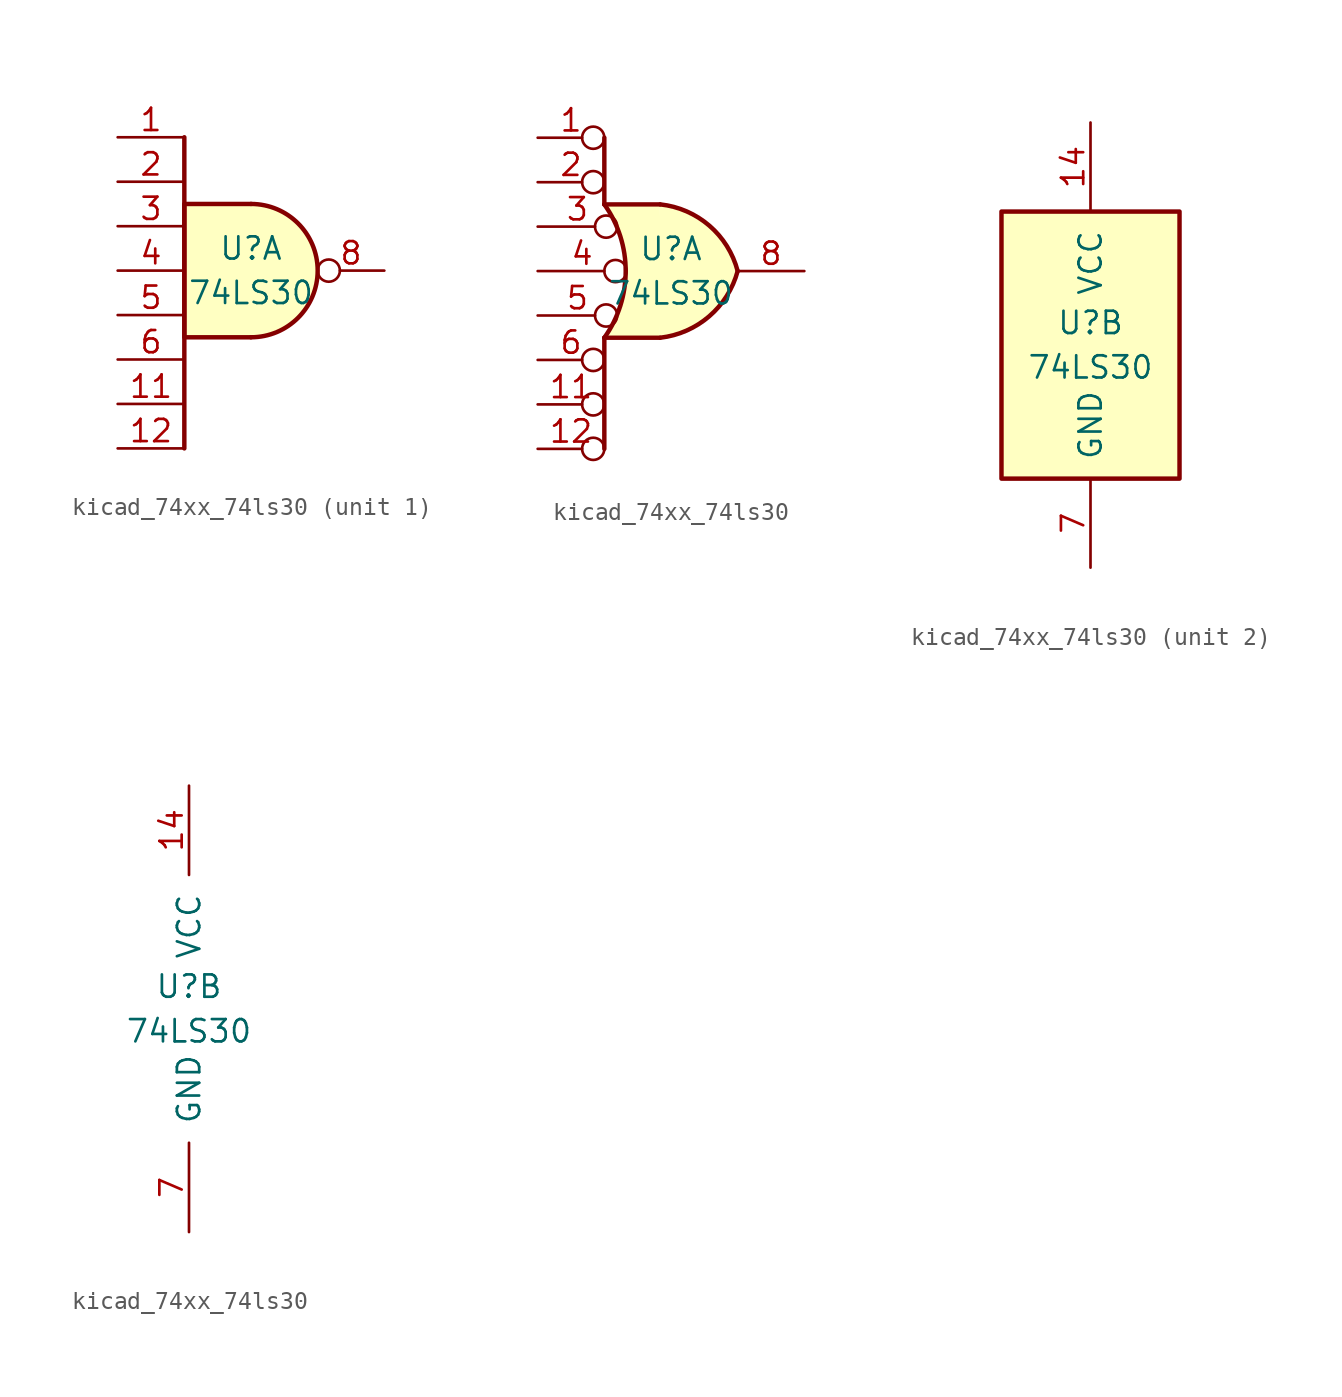
<source format=kicad_sym>
(kicad_symbol_lib
  (version 20220914)
  (generator kicad_symbol_editor)
  (symbol "kicad_74xx_74ls30"
    (pin_names
      (offset 1.016))
    (property "Reference" "U"
      (at 0 1.27 0)
      (effects (font (size 1.27 1.27))))
    (property "Value" "74LS30"
      (at 0 -1.27 0)
      (effects (font (size 1.27 1.27))))
    (property "ki_locked" ""
      (at 0 0 0)
      (effects (font (size 1.27 1.27))))
    (symbol "kicad_74xx_74ls30_1_1"
      (arc (start 0 -3.81) (mid 3.7934 0) (end 0 3.81) (stroke (width 0.254) (type default)) (fill (type background)))
      (polyline (pts (xy -3.81 7.62) (xy -3.81 -10.16)) (stroke (width 0.254) (type default)) (fill (type none)))
      (polyline (pts (xy 0 3.81) (xy -3.81 3.81) (xy -3.81 -3.81) (xy 0 -3.81)) (stroke (width 0.254) (type default)) (fill (type background)))
      (pin input line (at -7.62 7.62 0) (length 3.81) (name "~" (effects (font (size 1.27 1.27)))) (number "1" (effects (font (size 1.27 1.27)))))
      (pin input line (at -7.62 -7.62 0) (length 3.81) (name "~" (effects (font (size 1.27 1.27)))) (number "11" (effects (font (size 1.27 1.27)))))
      (pin input line (at -7.62 -10.16 0) (length 3.81) (name "~" (effects (font (size 1.27 1.27)))) (number "12" (effects (font (size 1.27 1.27)))))
      (pin input line (at -7.62 5.08 0) (length 3.81) (name "~" (effects (font (size 1.27 1.27)))) (number "2" (effects (font (size 1.27 1.27)))))
      (pin input line (at -7.62 2.54 0) (length 3.81) (name "~" (effects (font (size 1.27 1.27)))) (number "3" (effects (font (size 1.27 1.27)))))
      (pin input line (at -7.62 0 0) (length 3.81) (name "~" (effects (font (size 1.27 1.27)))) (number "4" (effects (font (size 1.27 1.27)))))
      (pin input line (at -7.62 -2.54 0) (length 3.81) (name "~" (effects (font (size 1.27 1.27)))) (number "5" (effects (font (size 1.27 1.27)))))
      (pin input line (at -7.62 -5.08 0) (length 3.81) (name "~" (effects (font (size 1.27 1.27)))) (number "6" (effects (font (size 1.27 1.27)))))
      (pin output inverted (at 7.62 0 180) (length 3.81) (name "~" (effects (font (size 1.27 1.27)))) (number "8" (effects (font (size 1.27 1.27))))))
    (symbol "kicad_74xx_74ls30_1_2"
      (arc (start -3.81 -3.81) (mid -2.589 0) (end -3.81 3.81) (stroke (width 0.254) (type default)) (fill (type none)))
      (arc (start -0.6096 -3.81) (mid 2.1842 -2.5851) (end 3.81 0) (stroke (width 0.254) (type default)) (fill (type background)))
      (polyline (pts (xy -3.81 -3.81) (xy -3.81 -10.16)) (stroke (width 0.254) (type default)) (fill (type none)))
      (polyline (pts (xy -3.81 -3.81) (xy -0.635 -3.81)) (stroke (width 0.254) (type default)) (fill (type background)))
      (polyline (pts (xy -3.81 3.81) (xy -0.635 3.81)) (stroke (width 0.254) (type default)) (fill (type background)))
      (polyline (pts (xy -3.81 7.62) (xy -3.81 3.81)) (stroke (width 0.254) (type default)) (fill (type none)))
      (polyline (pts (xy -0.635 3.81) (xy -3.81 3.81) (xy -3.81 3.81) (xy -3.556 3.404) (xy -3.023 2.261) (xy -2.692 1.041) (xy -2.616 -0.254) (xy -2.769 -1.499) (xy -3.175 -2.718) (xy -3.81 -3.81) (xy -3.81 -3.81) (xy -0.635 -3.81)) (stroke (width -25.4) (type default)) (fill (type background)))
      (arc (start 3.81 0) (mid 2.1915 2.5936) (end -0.6096 3.81) (stroke (width 0.254) (type default)) (fill (type background)))
      (pin input inverted (at -7.62 7.62 0) (length 3.81) (name "~" (effects (font (size 1.27 1.27)))) (number "1" (effects (font (size 1.27 1.27)))))
      (pin input inverted (at -7.62 -7.62 0) (length 3.81) (name "~" (effects (font (size 1.27 1.27)))) (number "11" (effects (font (size 1.27 1.27)))))
      (pin input inverted (at -7.62 -10.16 0) (length 3.81) (name "~" (effects (font (size 1.27 1.27)))) (number "12" (effects (font (size 1.27 1.27)))))
      (pin input inverted (at -7.62 5.08 0) (length 3.81) (name "~" (effects (font (size 1.27 1.27)))) (number "2" (effects (font (size 1.27 1.27)))))
      (pin input inverted (at -7.62 2.54 0) (length 4.547) (name "~" (effects (font (size 1.27 1.27)))) (number "3" (effects (font (size 1.27 1.27)))))
      (pin input inverted (at -7.62 0 0) (length 5.08) (name "~" (effects (font (size 1.27 1.27)))) (number "4" (effects (font (size 1.27 1.27)))))
      (pin input inverted (at -7.62 -2.54 0) (length 4.547) (name "~" (effects (font (size 1.27 1.27)))) (number "5" (effects (font (size 1.27 1.27)))))
      (pin input inverted (at -7.62 -5.08 0) (length 3.81) (name "~" (effects (font (size 1.27 1.27)))) (number "6" (effects (font (size 1.27 1.27)))))
      (pin output line (at 7.62 0 180) (length 3.81) (name "~" (effects (font (size 1.27 1.27)))) (number "8" (effects (font (size 1.27 1.27))))))
    (symbol "kicad_74xx_74ls30_2_0"
      (pin power_in line (at 0 12.7 270) (length 5.08) (name "VCC" (effects (font (size 1.27 1.27)))) (number "14" (effects (font (size 1.27 1.27)))))
      (pin power_in line (at 0 -12.7 90) (length 5.08) (name "GND" (effects (font (size 1.27 1.27)))) (number "7" (effects (font (size 1.27 1.27))))))
    (symbol "kicad_74xx_74ls30_2_1"
      (rectangle (start -5.08 7.62) (end 5.08 -7.62) (stroke (width 0.254) (type default)) (fill (type background))))))
</source>
